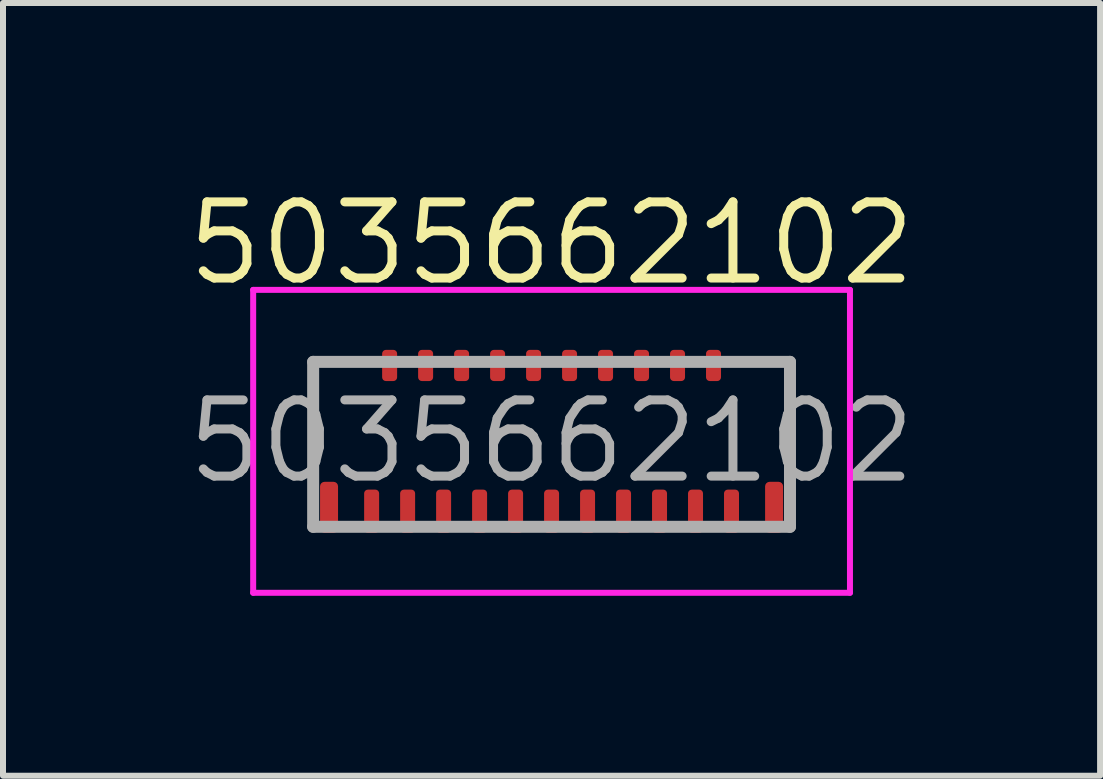
<source format=kicad_pcb>
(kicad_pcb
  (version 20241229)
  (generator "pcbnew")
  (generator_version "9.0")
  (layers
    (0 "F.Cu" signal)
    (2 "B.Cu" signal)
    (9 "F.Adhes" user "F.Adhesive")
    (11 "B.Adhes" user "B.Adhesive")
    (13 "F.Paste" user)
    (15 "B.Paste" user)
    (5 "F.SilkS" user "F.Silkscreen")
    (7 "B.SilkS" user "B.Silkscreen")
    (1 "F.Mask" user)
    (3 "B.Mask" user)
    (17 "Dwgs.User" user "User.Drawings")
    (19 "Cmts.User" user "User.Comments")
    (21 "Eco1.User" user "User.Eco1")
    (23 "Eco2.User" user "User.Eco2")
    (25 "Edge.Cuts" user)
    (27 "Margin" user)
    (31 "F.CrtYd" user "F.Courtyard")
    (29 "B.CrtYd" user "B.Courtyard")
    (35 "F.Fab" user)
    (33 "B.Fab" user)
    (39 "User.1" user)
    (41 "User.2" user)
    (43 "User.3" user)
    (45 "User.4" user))
  (footprint "5035662102"
    (layer "F.Cu")
    (at 6.146 4.308)
    (property "Reference" "5035662102" (at 0 -3.302 0) (layer "F.SilkS") (effects (font (size 1.27 1.27) (thickness 0.15))))
    (attr smd)
    (fp_line (start -3.975 -1.325) (end -3.975 0.25) (stroke (width 0.1) (type solid)) (layer "F.SilkS"))
    (fp_line (start -3.2 -1.325) (end -3.975 -1.325) (stroke (width 0.1) (type solid)) (layer "F.SilkS"))
    (fp_line (start 3.2 -1.325) (end 3.975 -1.325) (stroke (width 0.1) (type solid)) (layer "F.SilkS"))
    (fp_line (start 3.975 -1.325) (end 3.975 0.25) (stroke (width 0.1) (type solid)) (layer "F.SilkS"))
    (fp_line (start -4.975 -2.525) (end 4.975 -2.525) (stroke (width 0.1) (type solid)) (layer "F.CrtYd"))
    (fp_line (start -4.975 2.525) (end -4.975 -2.525) (stroke (width 0.1) (type solid)) (layer "F.CrtYd"))
    (fp_line (start 4.975 -2.525) (end 4.975 2.525) (stroke (width 0.1) (type solid)) (layer "F.CrtYd"))
    (fp_line (start 4.975 2.525) (end -4.975 2.525) (stroke (width 0.1) (type solid)) (layer "F.CrtYd"))
    (fp_line (start -3.975 -1.325) (end 3.975 -1.325) (stroke (width 0.2) (type solid)) (layer "F.Fab"))
    (fp_line (start -3.975 1.425) (end -3.975 -1.325) (stroke (width 0.2) (type solid)) (layer "F.Fab"))
    (fp_line (start 3.975 -1.325) (end 3.975 1.425) (stroke (width 0.2) (type solid)) (layer "F.Fab"))
    (fp_line (start 3.975 1.425) (end -3.975 1.425) (stroke (width 0.2) (type solid)) (layer "F.Fab"))
    (fp_text user "${REFERENCE}" (at 0 0 0) (layer "F.Fab") (effects (font (size 1.27 1.27) (thickness 0.15))))
    (pad "1" smd roundrect (at -3 1.165) (size 0.25 0.72) (layers "F.Cu" "F.Mask" "F.Paste") (roundrect_rratio 0.25))
    (pad "2" smd roundrect (at -2.7 -1.265) (size 0.25 0.52) (layers "F.Cu" "F.Mask" "F.Paste") (roundrect_rratio 0.25))
    (pad "3" smd roundrect (at -2.4 1.165) (size 0.25 0.72) (layers "F.Cu" "F.Mask" "F.Paste") (roundrect_rratio 0.25))
    (pad "4" smd roundrect (at -2.1 -1.265) (size 0.25 0.52) (layers "F.Cu" "F.Mask" "F.Paste") (roundrect_rratio 0.25))
    (pad "5" smd roundrect (at -1.8 1.165) (size 0.25 0.72) (layers "F.Cu" "F.Mask" "F.Paste") (roundrect_rratio 0.25))
    (pad "6" smd roundrect (at -1.5 -1.265) (size 0.25 0.52) (layers "F.Cu" "F.Mask" "F.Paste") (roundrect_rratio 0.25))
    (pad "7" smd roundrect (at -1.2 1.165) (size 0.25 0.72) (layers "F.Cu" "F.Mask" "F.Paste") (roundrect_rratio 0.25))
    (pad "8" smd roundrect (at -0.9 -1.265) (size 0.25 0.52) (layers "F.Cu" "F.Mask" "F.Paste") (roundrect_rratio 0.25))
    (pad "9" smd roundrect (at -0.6 1.165) (size 0.25 0.72) (layers "F.Cu" "F.Mask" "F.Paste") (roundrect_rratio 0.25))
    (pad "10" smd roundrect (at -0.3 -1.265) (size 0.25 0.52) (layers "F.Cu" "F.Mask" "F.Paste") (roundrect_rratio 0.25))
    (pad "11" smd roundrect (at 0 1.165) (size 0.25 0.72) (layers "F.Cu" "F.Mask" "F.Paste") (roundrect_rratio 0.25))
    (pad "12" smd roundrect (at 0.3 -1.265) (size 0.25 0.52) (layers "F.Cu" "F.Mask" "F.Paste") (roundrect_rratio 0.25))
    (pad "13" smd roundrect (at 0.6 1.165) (size 0.25 0.72) (layers "F.Cu" "F.Mask" "F.Paste") (roundrect_rratio 0.25))
    (pad "14" smd roundrect (at 0.9 -1.265) (size 0.25 0.52) (layers "F.Cu" "F.Mask" "F.Paste") (roundrect_rratio 0.25))
    (pad "15" smd roundrect (at 1.2 1.165) (size 0.25 0.72) (layers "F.Cu" "F.Mask" "F.Paste") (roundrect_rratio 0.25))
    (pad "16" smd roundrect (at 1.5 -1.265) (size 0.25 0.52) (layers "F.Cu" "F.Mask" "F.Paste") (roundrect_rratio 0.25))
    (pad "17" smd roundrect (at 1.8 1.165) (size 0.25 0.72) (layers "F.Cu" "F.Mask" "F.Paste") (roundrect_rratio 0.25))
    (pad "18" smd roundrect (at 2.1 -1.265) (size 0.25 0.52) (layers "F.Cu" "F.Mask" "F.Paste") (roundrect_rratio 0.25))
    (pad "19" smd roundrect (at 2.4 1.165) (size 0.25 0.72) (layers "F.Cu" "F.Mask" "F.Paste") (roundrect_rratio 0.25))
    (pad "20" smd roundrect (at 2.7 -1.265) (size 0.25 0.52) (layers "F.Cu" "F.Mask" "F.Paste") (roundrect_rratio 0.25))
    (pad "21" smd roundrect (at 3 1.165) (size 0.25 0.72) (layers "F.Cu" "F.Mask" "F.Paste") (roundrect_rratio 0.25))
    (pad "MP" smd roundrect (at -3.71 1.1) (size 0.3 0.85) (layers "F.Cu" "F.Mask" "F.Paste") (roundrect_rratio 0.25))
    (pad "MP" smd roundrect (at 3.71 1.1) (size 0.3 0.85) (layers "F.Cu" "F.Mask" "F.Paste") (roundrect_rratio 0.25)))
  (gr_rect
    (start -3 -3)
    (end 15.291 9.883)
    (stroke (width 0.1) (type default))
    (fill no)
    (layer "Edge.Cuts")))
</source>
